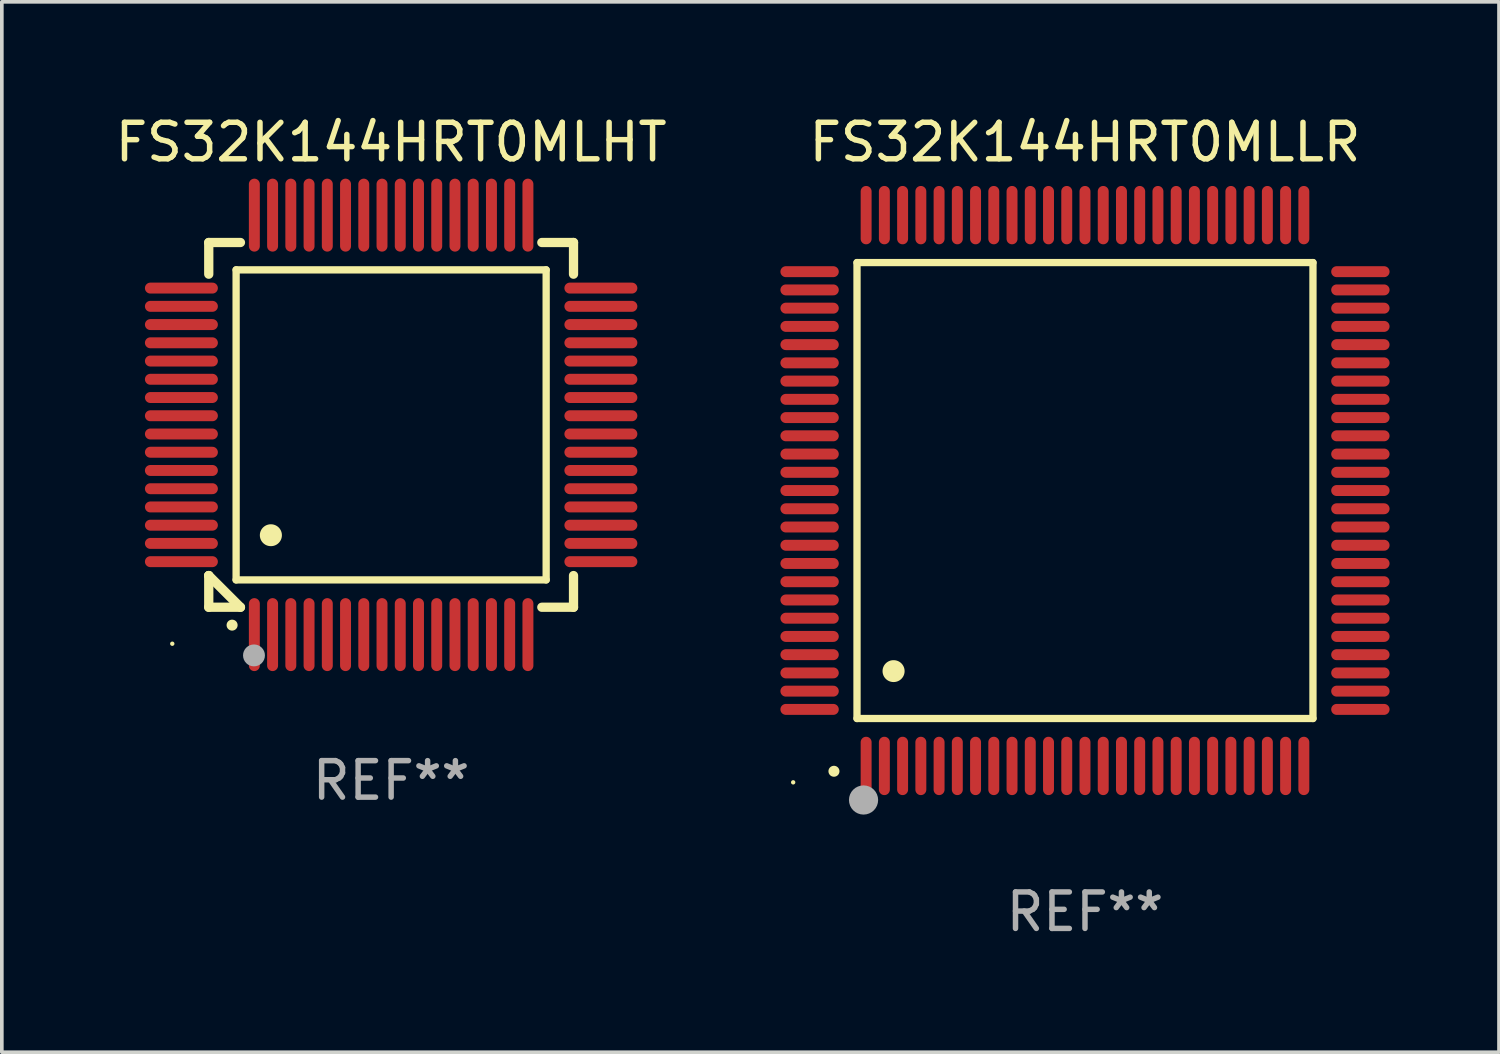
<source format=kicad_pcb>
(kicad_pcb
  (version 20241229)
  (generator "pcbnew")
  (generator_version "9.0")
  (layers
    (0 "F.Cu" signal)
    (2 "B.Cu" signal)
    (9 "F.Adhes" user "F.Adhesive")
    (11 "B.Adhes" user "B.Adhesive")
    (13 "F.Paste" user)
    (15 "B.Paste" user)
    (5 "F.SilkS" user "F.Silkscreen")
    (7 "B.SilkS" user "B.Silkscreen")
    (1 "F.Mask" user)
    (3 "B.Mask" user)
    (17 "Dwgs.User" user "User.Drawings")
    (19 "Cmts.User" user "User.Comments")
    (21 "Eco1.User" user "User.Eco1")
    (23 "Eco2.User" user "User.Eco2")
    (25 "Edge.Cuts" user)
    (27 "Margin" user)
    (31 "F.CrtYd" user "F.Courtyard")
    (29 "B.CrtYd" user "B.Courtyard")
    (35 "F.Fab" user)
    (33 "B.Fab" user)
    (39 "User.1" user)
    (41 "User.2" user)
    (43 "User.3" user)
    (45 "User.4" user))
  (footprint "FS32K144HRT0MLHT"
    (layer "F.Cu")
    (at 7.673 8.598)
    (property "Reference" "FS32K144HRT0MLHT" (at 0 -7.75 0) (layer "F.SilkS") (effects (font (size 1 1) (thickness 0.15))))
    (attr through_hole)
    (fp_line (start -5 -5) (end -4.131 -5) (stroke (width 0.254) (type solid)) (layer "F.SilkS"))
    (fp_line (start -5 -4.131) (end -5 -5) (stroke (width 0.254) (type solid)) (layer "F.SilkS"))
    (fp_line (start -5 4.131) (end -5 4.131) (stroke (width 0.254) (type solid)) (layer "F.SilkS"))
    (fp_line (start -5 5) (end -5 4.131) (stroke (width 0.254) (type solid)) (layer "F.SilkS"))
    (fp_line (start -5 4.131) (end -4.131 5) (stroke (width 0.254) (type solid)) (layer "F.SilkS"))
    (fp_line (start -4.25 -4.25) (end -4.25 4.25) (stroke (width 0.2) (type solid)) (layer "F.SilkS"))
    (fp_line (start -4.25 4.25) (end 4.25 4.25) (stroke (width 0.2) (type solid)) (layer "F.SilkS"))
    (fp_line (start -4.131 5) (end -5 5) (stroke (width 0.254) (type solid)) (layer "F.SilkS"))
    (fp_line (start 4.25 -4.25) (end -4.25 -4.25) (stroke (width 0.2) (type solid)) (layer "F.SilkS"))
    (fp_line (start 4.25 4.25) (end 4.25 -4.25) (stroke (width 0.2) (type solid)) (layer "F.SilkS"))
    (fp_line (start 5 -5) (end 4.131 -5) (stroke (width 0.254) (type solid)) (layer "F.SilkS"))
    (fp_line (start 5 -5) (end 5 -4.131) (stroke (width 0.254) (type solid)) (layer "F.SilkS"))
    (fp_line (start 5 4.131) (end 5 5) (stroke (width 0.254) (type solid)) (layer "F.SilkS"))
    (fp_line (start 5 5) (end 4.131 5) (stroke (width 0.254) (type solid)) (layer "F.SilkS"))
    (fp_arc (start -4.361265 5.489992) (mid -4.359995 5.489987) (end -4.358725 5.489992) (stroke (width 0.3) (type solid)) (layer "F.SilkS"))
    (fp_arc (start -3.299467 3.025146) (mid -3.296927 3.025135) (end -3.294387 3.025146) (stroke (width 0.6) (type solid)) (layer "F.SilkS"))
    (fp_circle (center -6 6) (end -5.97 6) (stroke (width 0.06) (type solid)) (fill no) (layer "F.SilkS"))
    (fp_circle (center -3.76 6.32) (end -3.61 6.32) (stroke (width 0.3) (type solid)) (fill no) (layer "F.Fab"))
    (fp_text user "REF**" (at 0 9.75 0) (layer "F.Fab") (effects (font (size 1 1) (thickness 0.15))))
    (pad "1" smd oval (at -3.75 5.75) (size 0.3 2) (layers "F.Cu" "F.Mask" "F.Paste"))
    (pad "2" smd oval (at -3.25 5.75) (size 0.3 2) (layers "F.Cu" "F.Mask" "F.Paste"))
    (pad "3" smd oval (at -2.75 5.75) (size 0.3 2) (layers "F.Cu" "F.Mask" "F.Paste"))
    (pad "4" smd oval (at -2.25 5.75) (size 0.3 2) (layers "F.Cu" "F.Mask" "F.Paste"))
    (pad "5" smd oval (at -1.75 5.75) (size 0.3 2) (layers "F.Cu" "F.Mask" "F.Paste"))
    (pad "6" smd oval (at -1.25 5.75) (size 0.3 2) (layers "F.Cu" "F.Mask" "F.Paste"))
    (pad "7" smd oval (at -0.75 5.75) (size 0.3 2) (layers "F.Cu" "F.Mask" "F.Paste"))
    (pad "8" smd oval (at -0.25 5.75) (size 0.3 2) (layers "F.Cu" "F.Mask" "F.Paste"))
    (pad "9" smd oval (at 0.25 5.75) (size 0.3 2) (layers "F.Cu" "F.Mask" "F.Paste"))
    (pad "10" smd oval (at 0.75 5.75) (size 0.3 2) (layers "F.Cu" "F.Mask" "F.Paste"))
    (pad "11" smd oval (at 1.25 5.75) (size 0.3 2) (layers "F.Cu" "F.Mask" "F.Paste"))
    (pad "12" smd oval (at 1.75 5.75) (size 0.3 2) (layers "F.Cu" "F.Mask" "F.Paste"))
    (pad "13" smd oval (at 2.25 5.75) (size 0.3 2) (layers "F.Cu" "F.Mask" "F.Paste"))
    (pad "14" smd oval (at 2.75 5.75) (size 0.3 2) (layers "F.Cu" "F.Mask" "F.Paste"))
    (pad "15" smd oval (at 3.25 5.75) (size 0.3 2) (layers "F.Cu" "F.Mask" "F.Paste"))
    (pad "16" smd oval (at 3.75 5.75) (size 0.3 2) (layers "F.Cu" "F.Mask" "F.Paste"))
    (pad "17" smd oval (at 5.75 3.75) (size 2 0.3) (layers "F.Cu" "F.Mask" "F.Paste"))
    (pad "18" smd oval (at 5.75 3.25) (size 2 0.3) (layers "F.Cu" "F.Mask" "F.Paste"))
    (pad "19" smd oval (at 5.75 2.75) (size 2 0.3) (layers "F.Cu" "F.Mask" "F.Paste"))
    (pad "20" smd oval (at 5.75 2.25) (size 2 0.3) (layers "F.Cu" "F.Mask" "F.Paste"))
    (pad "21" smd oval (at 5.75 1.75) (size 2 0.3) (layers "F.Cu" "F.Mask" "F.Paste"))
    (pad "22" smd oval (at 5.75 1.25) (size 2 0.3) (layers "F.Cu" "F.Mask" "F.Paste"))
    (pad "23" smd oval (at 5.75 0.75) (size 2 0.3) (layers "F.Cu" "F.Mask" "F.Paste"))
    (pad "24" smd oval (at 5.75 0.25) (size 2 0.3) (layers "F.Cu" "F.Mask" "F.Paste"))
    (pad "25" smd oval (at 5.75 -0.25) (size 2 0.3) (layers "F.Cu" "F.Mask" "F.Paste"))
    (pad "26" smd oval (at 5.75 -0.75) (size 2 0.3) (layers "F.Cu" "F.Mask" "F.Paste"))
    (pad "27" smd oval (at 5.75 -1.25) (size 2 0.3) (layers "F.Cu" "F.Mask" "F.Paste"))
    (pad "28" smd oval (at 5.75 -1.75) (size 2 0.3) (layers "F.Cu" "F.Mask" "F.Paste"))
    (pad "29" smd oval (at 5.75 -2.25) (size 2 0.3) (layers "F.Cu" "F.Mask" "F.Paste"))
    (pad "30" smd oval (at 5.75 -2.75) (size 2 0.3) (layers "F.Cu" "F.Mask" "F.Paste"))
    (pad "31" smd oval (at 5.75 -3.25) (size 2 0.3) (layers "F.Cu" "F.Mask" "F.Paste"))
    (pad "32" smd oval (at 5.75 -3.75) (size 2 0.3) (layers "F.Cu" "F.Mask" "F.Paste"))
    (pad "33" smd oval (at 3.75 -5.75) (size 0.3 2) (layers "F.Cu" "F.Mask" "F.Paste"))
    (pad "34" smd oval (at 3.25 -5.75) (size 0.3 2) (layers "F.Cu" "F.Mask" "F.Paste"))
    (pad "35" smd oval (at 2.75 -5.75) (size 0.3 2) (layers "F.Cu" "F.Mask" "F.Paste"))
    (pad "36" smd oval (at 2.25 -5.75) (size 0.3 2) (layers "F.Cu" "F.Mask" "F.Paste"))
    (pad "37" smd oval (at 1.75 -5.75) (size 0.3 2) (layers "F.Cu" "F.Mask" "F.Paste"))
    (pad "38" smd oval (at 1.25 -5.75) (size 0.3 2) (layers "F.Cu" "F.Mask" "F.Paste"))
    (pad "39" smd oval (at 0.75 -5.75) (size 0.3 2) (layers "F.Cu" "F.Mask" "F.Paste"))
    (pad "40" smd oval (at 0.25 -5.75) (size 0.3 2) (layers "F.Cu" "F.Mask" "F.Paste"))
    (pad "41" smd oval (at -0.25 -5.75) (size 0.3 2) (layers "F.Cu" "F.Mask" "F.Paste"))
    (pad "42" smd oval (at -0.75 -5.75) (size 0.3 2) (layers "F.Cu" "F.Mask" "F.Paste"))
    (pad "43" smd oval (at -1.25 -5.75) (size 0.3 2) (layers "F.Cu" "F.Mask" "F.Paste"))
    (pad "44" smd oval (at -1.75 -5.75) (size 0.3 2) (layers "F.Cu" "F.Mask" "F.Paste"))
    (pad "45" smd oval (at -2.25 -5.75) (size 0.3 2) (layers "F.Cu" "F.Mask" "F.Paste"))
    (pad "46" smd oval (at -2.75 -5.75) (size 0.3 2) (layers "F.Cu" "F.Mask" "F.Paste"))
    (pad "47" smd oval (at -3.25 -5.75) (size 0.3 2) (layers "F.Cu" "F.Mask" "F.Paste"))
    (pad "48" smd oval (at -3.75 -5.75) (size 0.3 2) (layers "F.Cu" "F.Mask" "F.Paste"))
    (pad "49" smd oval (at -5.75 -3.75) (size 2 0.3) (layers "F.Cu" "F.Mask" "F.Paste"))
    (pad "50" smd oval (at -5.75 -3.25) (size 2 0.3) (layers "F.Cu" "F.Mask" "F.Paste"))
    (pad "51" smd oval (at -5.75 -2.75) (size 2 0.3) (layers "F.Cu" "F.Mask" "F.Paste"))
    (pad "52" smd oval (at -5.75 -2.25) (size 2 0.3) (layers "F.Cu" "F.Mask" "F.Paste"))
    (pad "53" smd oval (at -5.75 -1.75) (size 2 0.3) (layers "F.Cu" "F.Mask" "F.Paste"))
    (pad "54" smd oval (at -5.75 -1.25) (size 2 0.3) (layers "F.Cu" "F.Mask" "F.Paste"))
    (pad "55" smd oval (at -5.75 -0.75) (size 2 0.3) (layers "F.Cu" "F.Mask" "F.Paste"))
    (pad "56" smd oval (at -5.75 -0.25) (size 2 0.3) (layers "F.Cu" "F.Mask" "F.Paste"))
    (pad "57" smd oval (at -5.75 0.25) (size 2 0.3) (layers "F.Cu" "F.Mask" "F.Paste"))
    (pad "58" smd oval (at -5.75 0.75) (size 2 0.3) (layers "F.Cu" "F.Mask" "F.Paste"))
    (pad "59" smd oval (at -5.75 1.25) (size 2 0.3) (layers "F.Cu" "F.Mask" "F.Paste"))
    (pad "60" smd oval (at -5.75 1.75) (size 2 0.3) (layers "F.Cu" "F.Mask" "F.Paste"))
    (pad "61" smd oval (at -5.75 2.25) (size 2 0.3) (layers "F.Cu" "F.Mask" "F.Paste"))
    (pad "62" smd oval (at -5.75 2.75) (size 2 0.3) (layers "F.Cu" "F.Mask" "F.Paste"))
    (pad "63" smd oval (at -5.75 3.25) (size 2 0.3) (layers "F.Cu" "F.Mask" "F.Paste"))
    (pad "64" smd oval (at -5.75 3.75) (size 2 0.3) (layers "F.Cu" "F.Mask" "F.Paste")))
  (footprint "FS32K144HRT0MLLR"
    (layer "F.Cu")
    (at 26.695 10.398)
    (property "Reference" "FS32K144HRT0MLLR" (at 0 -9.55 0) (layer "F.SilkS") (effects (font (size 1 1) (thickness 0.15))))
    (attr through_hole)
    (fp_line (start -6.25 -6.25) (end -6.25 6.25) (stroke (width 0.2) (type solid)) (layer "F.SilkS"))
    (fp_line (start -6.25 6.25) (end 6.25 6.25) (stroke (width 0.2) (type solid)) (layer "F.SilkS"))
    (fp_line (start 6.25 -6.25) (end -6.25 -6.25) (stroke (width 0.2) (type solid)) (layer "F.SilkS"))
    (fp_line (start 6.25 6.25) (end 6.25 -6.25) (stroke (width 0.2) (type solid)) (layer "F.SilkS"))
    (fp_arc (start -6.883414 7.696215) (mid -6.882144 7.69621) (end -6.880874 7.696215) (stroke (width 0.3) (type solid)) (layer "F.SilkS"))
    (fp_arc (start -5.250191 4.95047) (mid -5.247651 4.950459) (end -5.245111 4.95047) (stroke (width 0.6) (type solid)) (layer "F.SilkS"))
    (fp_circle (center -8 8) (end -7.97 8) (stroke (width 0.06) (type solid)) (fill no) (layer "F.SilkS"))
    (fp_circle (center -6.071 8.484) (end -5.871 8.484) (stroke (width 0.4) (type solid)) (fill no) (layer "F.Fab"))
    (fp_text user "REF**" (at 0 11.55 0) (layer "F.Fab") (effects (font (size 1 1) (thickness 0.15))))
    (pad "1" smd oval (at -6 7.55) (size 0.3 1.6) (layers "F.Cu" "F.Mask" "F.Paste"))
    (pad "2" smd oval (at -5.5 7.55) (size 0.3 1.6) (layers "F.Cu" "F.Mask" "F.Paste"))
    (pad "3" smd oval (at -5 7.55) (size 0.3 1.6) (layers "F.Cu" "F.Mask" "F.Paste"))
    (pad "4" smd oval (at -4.5 7.55) (size 0.3 1.6) (layers "F.Cu" "F.Mask" "F.Paste"))
    (pad "5" smd oval (at -4 7.55) (size 0.3 1.6) (layers "F.Cu" "F.Mask" "F.Paste"))
    (pad "6" smd oval (at -3.5 7.55) (size 0.3 1.6) (layers "F.Cu" "F.Mask" "F.Paste"))
    (pad "7" smd oval (at -3 7.55) (size 0.3 1.6) (layers "F.Cu" "F.Mask" "F.Paste"))
    (pad "8" smd oval (at -2.5 7.55) (size 0.3 1.6) (layers "F.Cu" "F.Mask" "F.Paste"))
    (pad "9" smd oval (at -2 7.55) (size 0.3 1.6) (layers "F.Cu" "F.Mask" "F.Paste"))
    (pad "10" smd oval (at -1.5 7.55) (size 0.3 1.6) (layers "F.Cu" "F.Mask" "F.Paste"))
    (pad "11" smd oval (at -1 7.55) (size 0.3 1.6) (layers "F.Cu" "F.Mask" "F.Paste"))
    (pad "12" smd oval (at -0.5 7.55) (size 0.3 1.6) (layers "F.Cu" "F.Mask" "F.Paste"))
    (pad "13" smd oval (at 0 7.55) (size 0.3 1.6) (layers "F.Cu" "F.Mask" "F.Paste"))
    (pad "14" smd oval (at 0.5 7.55) (size 0.3 1.6) (layers "F.Cu" "F.Mask" "F.Paste"))
    (pad "15" smd oval (at 1 7.55) (size 0.3 1.6) (layers "F.Cu" "F.Mask" "F.Paste"))
    (pad "16" smd oval (at 1.5 7.55) (size 0.3 1.6) (layers "F.Cu" "F.Mask" "F.Paste"))
    (pad "17" smd oval (at 2 7.55) (size 0.3 1.6) (layers "F.Cu" "F.Mask" "F.Paste"))
    (pad "18" smd oval (at 2.5 7.55) (size 0.3 1.6) (layers "F.Cu" "F.Mask" "F.Paste"))
    (pad "19" smd oval (at 3 7.55) (size 0.3 1.6) (layers "F.Cu" "F.Mask" "F.Paste"))
    (pad "20" smd oval (at 3.5 7.55) (size 0.3 1.6) (layers "F.Cu" "F.Mask" "F.Paste"))
    (pad "21" smd oval (at 4 7.55) (size 0.3 1.6) (layers "F.Cu" "F.Mask" "F.Paste"))
    (pad "22" smd oval (at 4.5 7.55) (size 0.3 1.6) (layers "F.Cu" "F.Mask" "F.Paste"))
    (pad "23" smd oval (at 5 7.55) (size 0.3 1.6) (layers "F.Cu" "F.Mask" "F.Paste"))
    (pad "24" smd oval (at 5.5 7.55) (size 0.3 1.6) (layers "F.Cu" "F.Mask" "F.Paste"))
    (pad "25" smd oval (at 6 7.55) (size 0.3 1.6) (layers "F.Cu" "F.Mask" "F.Paste"))
    (pad "26" smd oval (at 7.55 6) (size 1.6 0.3) (layers "F.Cu" "F.Mask" "F.Paste"))
    (pad "27" smd oval (at 7.55 5.5) (size 1.6 0.3) (layers "F.Cu" "F.Mask" "F.Paste"))
    (pad "28" smd oval (at 7.55 5) (size 1.6 0.3) (layers "F.Cu" "F.Mask" "F.Paste"))
    (pad "29" smd oval (at 7.55 4.5) (size 1.6 0.3) (layers "F.Cu" "F.Mask" "F.Paste"))
    (pad "30" smd oval (at 7.55 4) (size 1.6 0.3) (layers "F.Cu" "F.Mask" "F.Paste"))
    (pad "31" smd oval (at 7.55 3.5) (size 1.6 0.3) (layers "F.Cu" "F.Mask" "F.Paste"))
    (pad "32" smd oval (at 7.55 3) (size 1.6 0.3) (layers "F.Cu" "F.Mask" "F.Paste"))
    (pad "33" smd oval (at 7.55 2.5) (size 1.6 0.3) (layers "F.Cu" "F.Mask" "F.Paste"))
    (pad "34" smd oval (at 7.55 2) (size 1.6 0.3) (layers "F.Cu" "F.Mask" "F.Paste"))
    (pad "35" smd oval (at 7.55 1.5) (size 1.6 0.3) (layers "F.Cu" "F.Mask" "F.Paste"))
    (pad "36" smd oval (at 7.55 1) (size 1.6 0.3) (layers "F.Cu" "F.Mask" "F.Paste"))
    (pad "37" smd oval (at 7.55 0.5) (size 1.6 0.3) (layers "F.Cu" "F.Mask" "F.Paste"))
    (pad "38" smd oval (at 7.55 0) (size 1.6 0.3) (layers "F.Cu" "F.Mask" "F.Paste"))
    (pad "39" smd oval (at 7.55 -0.5) (size 1.6 0.3) (layers "F.Cu" "F.Mask" "F.Paste"))
    (pad "40" smd oval (at 7.55 -1) (size 1.6 0.3) (layers "F.Cu" "F.Mask" "F.Paste"))
    (pad "41" smd oval (at 7.55 -1.5) (size 1.6 0.3) (layers "F.Cu" "F.Mask" "F.Paste"))
    (pad "42" smd oval (at 7.55 -2) (size 1.6 0.3) (layers "F.Cu" "F.Mask" "F.Paste"))
    (pad "43" smd oval (at 7.55 -2.5) (size 1.6 0.3) (layers "F.Cu" "F.Mask" "F.Paste"))
    (pad "44" smd oval (at 7.55 -3) (size 1.6 0.3) (layers "F.Cu" "F.Mask" "F.Paste"))
    (pad "45" smd oval (at 7.55 -3.5) (size 1.6 0.3) (layers "F.Cu" "F.Mask" "F.Paste"))
    (pad "46" smd oval (at 7.55 -4) (size 1.6 0.3) (layers "F.Cu" "F.Mask" "F.Paste"))
    (pad "47" smd oval (at 7.55 -4.5) (size 1.6 0.3) (layers "F.Cu" "F.Mask" "F.Paste"))
    (pad "48" smd oval (at 7.55 -5) (size 1.6 0.3) (layers "F.Cu" "F.Mask" "F.Paste"))
    (pad "49" smd oval (at 7.55 -5.5) (size 1.6 0.3) (layers "F.Cu" "F.Mask" "F.Paste"))
    (pad "50" smd oval (at 7.55 -6) (size 1.6 0.3) (layers "F.Cu" "F.Mask" "F.Paste"))
    (pad "51" smd oval (at 6 -7.55) (size 0.3 1.6) (layers "F.Cu" "F.Mask" "F.Paste"))
    (pad "52" smd oval (at 5.5 -7.55) (size 0.3 1.6) (layers "F.Cu" "F.Mask" "F.Paste"))
    (pad "53" smd oval (at 5 -7.55) (size 0.3 1.6) (layers "F.Cu" "F.Mask" "F.Paste"))
    (pad "54" smd oval (at 4.5 -7.55) (size 0.3 1.6) (layers "F.Cu" "F.Mask" "F.Paste"))
    (pad "55" smd oval (at 4 -7.55) (size 0.3 1.6) (layers "F.Cu" "F.Mask" "F.Paste"))
    (pad "56" smd oval (at 3.5 -7.55) (size 0.3 1.6) (layers "F.Cu" "F.Mask" "F.Paste"))
    (pad "57" smd oval (at 3 -7.55) (size 0.3 1.6) (layers "F.Cu" "F.Mask" "F.Paste"))
    (pad "58" smd oval (at 2.5 -7.55) (size 0.3 1.6) (layers "F.Cu" "F.Mask" "F.Paste"))
    (pad "59" smd oval (at 2 -7.55) (size 0.3 1.6) (layers "F.Cu" "F.Mask" "F.Paste"))
    (pad "60" smd oval (at 1.5 -7.55) (size 0.3 1.6) (layers "F.Cu" "F.Mask" "F.Paste"))
    (pad "61" smd oval (at 1 -7.55) (size 0.3 1.6) (layers "F.Cu" "F.Mask" "F.Paste"))
    (pad "62" smd oval (at 0.5 -7.55) (size 0.3 1.6) (layers "F.Cu" "F.Mask" "F.Paste"))
    (pad "63" smd oval (at 0 -7.55) (size 0.3 1.6) (layers "F.Cu" "F.Mask" "F.Paste"))
    (pad "64" smd oval (at -0.5 -7.55) (size 0.3 1.6) (layers "F.Cu" "F.Mask" "F.Paste"))
    (pad "65" smd oval (at -1 -7.55) (size 0.3 1.6) (layers "F.Cu" "F.Mask" "F.Paste"))
    (pad "66" smd oval (at -1.5 -7.55) (size 0.3 1.6) (layers "F.Cu" "F.Mask" "F.Paste"))
    (pad "67" smd oval (at -2 -7.55) (size 0.3 1.6) (layers "F.Cu" "F.Mask" "F.Paste"))
    (pad "68" smd oval (at -2.5 -7.55) (size 0.3 1.6) (layers "F.Cu" "F.Mask" "F.Paste"))
    (pad "69" smd oval (at -3 -7.55) (size 0.3 1.6) (layers "F.Cu" "F.Mask" "F.Paste"))
    (pad "70" smd oval (at -3.5 -7.55) (size 0.3 1.6) (layers "F.Cu" "F.Mask" "F.Paste"))
    (pad "71" smd oval (at -4 -7.55) (size 0.3 1.6) (layers "F.Cu" "F.Mask" "F.Paste"))
    (pad "72" smd oval (at -4.5 -7.55) (size 0.3 1.6) (layers "F.Cu" "F.Mask" "F.Paste"))
    (pad "73" smd oval (at -5 -7.55) (size 0.3 1.6) (layers "F.Cu" "F.Mask" "F.Paste"))
    (pad "74" smd oval (at -5.5 -7.55) (size 0.3 1.6) (layers "F.Cu" "F.Mask" "F.Paste"))
    (pad "75" smd oval (at -6 -7.55) (size 0.3 1.6) (layers "F.Cu" "F.Mask" "F.Paste"))
    (pad "76" smd oval (at -7.55 -6) (size 1.6 0.3) (layers "F.Cu" "F.Mask" "F.Paste"))
    (pad "77" smd oval (at -7.55 -5.5) (size 1.6 0.3) (layers "F.Cu" "F.Mask" "F.Paste"))
    (pad "78" smd oval (at -7.55 -5) (size 1.6 0.3) (layers "F.Cu" "F.Mask" "F.Paste"))
    (pad "79" smd oval (at -7.55 -4.5) (size 1.6 0.3) (layers "F.Cu" "F.Mask" "F.Paste"))
    (pad "80" smd oval (at -7.55 -4) (size 1.6 0.3) (layers "F.Cu" "F.Mask" "F.Paste"))
    (pad "81" smd oval (at -7.55 -3.5) (size 1.6 0.3) (layers "F.Cu" "F.Mask" "F.Paste"))
    (pad "82" smd oval (at -7.55 -3) (size 1.6 0.3) (layers "F.Cu" "F.Mask" "F.Paste"))
    (pad "83" smd oval (at -7.55 -2.5) (size 1.6 0.3) (layers "F.Cu" "F.Mask" "F.Paste"))
    (pad "84" smd oval (at -7.55 -2) (size 1.6 0.3) (layers "F.Cu" "F.Mask" "F.Paste"))
    (pad "85" smd oval (at -7.55 -1.5) (size 1.6 0.3) (layers "F.Cu" "F.Mask" "F.Paste"))
    (pad "86" smd oval (at -7.55 -1) (size 1.6 0.3) (layers "F.Cu" "F.Mask" "F.Paste"))
    (pad "87" smd oval (at -7.55 -0.5) (size 1.6 0.3) (layers "F.Cu" "F.Mask" "F.Paste"))
    (pad "88" smd oval (at -7.55 0) (size 1.6 0.3) (layers "F.Cu" "F.Mask" "F.Paste"))
    (pad "89" smd oval (at -7.55 0.5) (size 1.6 0.3) (layers "F.Cu" "F.Mask" "F.Paste"))
    (pad "90" smd oval (at -7.55 1) (size 1.6 0.3) (layers "F.Cu" "F.Mask" "F.Paste"))
    (pad "91" smd oval (at -7.55 1.5) (size 1.6 0.3) (layers "F.Cu" "F.Mask" "F.Paste"))
    (pad "92" smd oval (at -7.55 2) (size 1.6 0.3) (layers "F.Cu" "F.Mask" "F.Paste"))
    (pad "93" smd oval (at -7.55 2.5) (size 1.6 0.3) (layers "F.Cu" "F.Mask" "F.Paste"))
    (pad "94" smd oval (at -7.55 3) (size 1.6 0.3) (layers "F.Cu" "F.Mask" "F.Paste"))
    (pad "95" smd oval (at -7.55 3.5) (size 1.6 0.3) (layers "F.Cu" "F.Mask" "F.Paste"))
    (pad "96" smd oval (at -7.55 4) (size 1.6 0.3) (layers "F.Cu" "F.Mask" "F.Paste"))
    (pad "97" smd oval (at -7.55 4.5) (size 1.6 0.3) (layers "F.Cu" "F.Mask" "F.Paste"))
    (pad "98" smd oval (at -7.55 5) (size 1.6 0.3) (layers "F.Cu" "F.Mask" "F.Paste"))
    (pad "99" smd oval (at -7.55 5.5) (size 1.6 0.3) (layers "F.Cu" "F.Mask" "F.Paste"))
    (pad "100" smd oval (at -7.55 6) (size 1.6 0.3) (layers "F.Cu" "F.Mask" "F.Paste")))
  (gr_rect
    (start -3 -3)
    (end 38.045 25.796)
    (stroke (width 0.1) (type default))
    (fill no)
    (layer "Edge.Cuts")))
</source>
